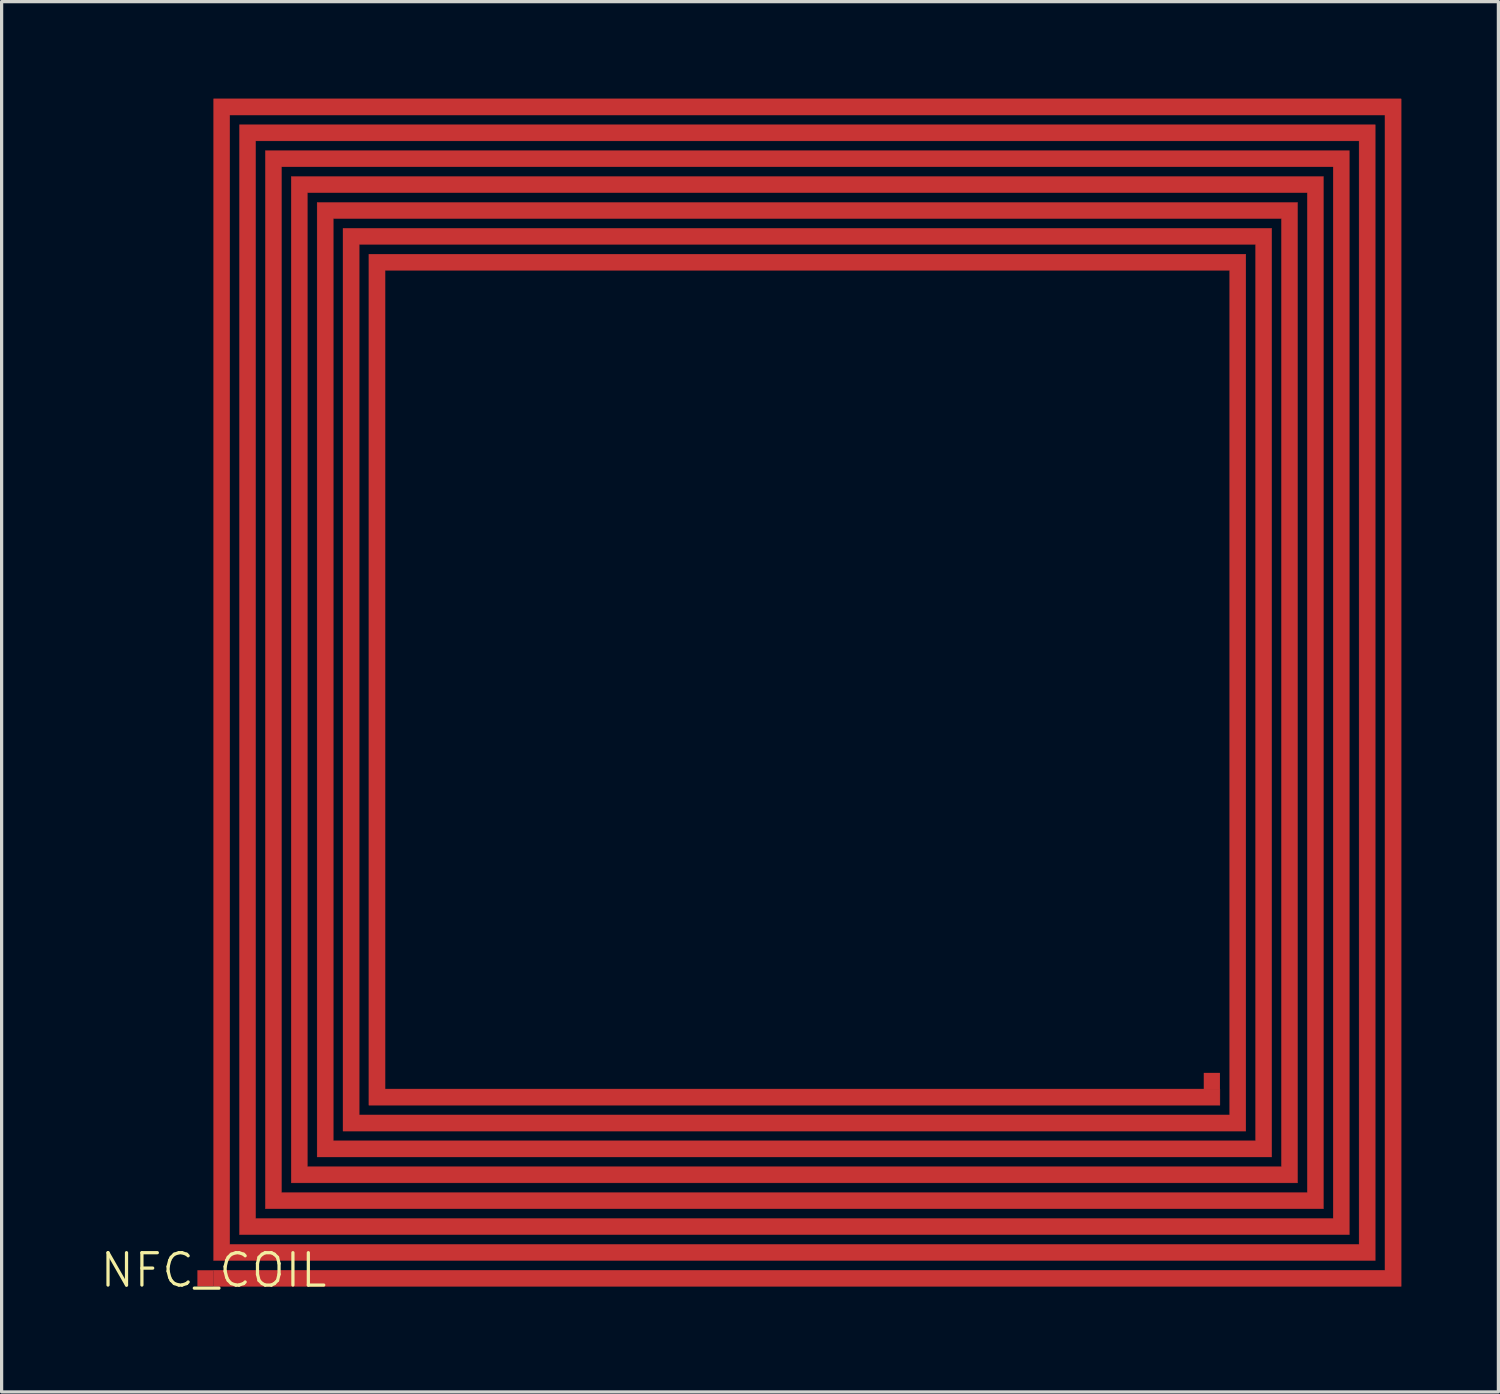
<source format=kicad_pcb>
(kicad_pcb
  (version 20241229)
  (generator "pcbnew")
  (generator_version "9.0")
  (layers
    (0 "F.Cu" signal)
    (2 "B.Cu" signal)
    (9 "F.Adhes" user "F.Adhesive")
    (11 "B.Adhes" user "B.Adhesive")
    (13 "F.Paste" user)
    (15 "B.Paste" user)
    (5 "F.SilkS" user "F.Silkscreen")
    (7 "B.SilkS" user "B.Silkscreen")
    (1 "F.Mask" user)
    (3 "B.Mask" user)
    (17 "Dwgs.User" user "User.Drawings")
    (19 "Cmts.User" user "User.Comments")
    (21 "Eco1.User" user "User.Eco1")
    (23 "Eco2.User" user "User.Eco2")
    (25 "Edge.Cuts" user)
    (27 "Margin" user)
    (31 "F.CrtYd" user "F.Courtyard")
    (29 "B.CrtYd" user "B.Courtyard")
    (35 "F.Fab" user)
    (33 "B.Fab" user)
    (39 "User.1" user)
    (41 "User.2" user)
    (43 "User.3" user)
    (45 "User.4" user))
  (footprint "NFC_COIL"
    (layer "F.Cu")
    (at 3.55 36.705)
    (property "Reference" "NFC_COIL" (at 0 -0.5 0) (unlocked yes) (layer "F.SilkS") (effects (font (size 1 1) (thickness 0.1))))
    (attr smd)
    (fp_poly (pts (xy 0 0) (xy 36.7 0) (xy 36.7 -36.7) (xy 0 -36.7) (xy 0 -0.8) (xy 35.9 -0.8) (xy 35.9 -35.9) (xy 0.8 -35.9) (xy 0.8 -1.6) (xy 35.1 -1.6) (xy 35.1 -35.1) (xy 1.6 -35.1) (xy 1.6 -2.4) (xy 34.3 -2.4) (xy 34.3 -34.3) (xy 2.4 -34.3) (xy 2.4 -3.2) (xy 33.5 -3.2) (xy 33.5 -33.5) (xy 3.2 -33.5) (xy 3.2 -4) (xy 32.7 -4) (xy 32.7 -32.7) (xy 4 -32.7) (xy 4 -4.8) (xy 31.9 -4.8) (xy 31.9 -31.9) (xy 4.8 -31.9) (xy 4.8 -5.6) (xy 31.1 -5.6) (xy 31.1 -6.1) (xy 30.6 -6.1) (xy 5.3 -6.1) (xy 5.3 -31.4) (xy 31.4 -31.4) (xy 31.4 -5.3) (xy 4.5 -5.3) (xy 4.5 -32.2) (xy 32.2 -32.2) (xy 32.2 -4.5) (xy 3.7 -4.5) (xy 3.7 -33) (xy 33 -33) (xy 33 -3.7) (xy 2.9 -3.7) (xy 2.9 -33.8) (xy 33.8 -33.8) (xy 33.8 -2.9) (xy 2.1 -2.9) (xy 2.1 -34.6) (xy 34.6 -34.6) (xy 34.6 -2.1) (xy 1.3 -2.1) (xy 1.3 -35.4) (xy 35.4 -35.4) (xy 35.4 -1.3) (xy 0.5 -1.3) (xy 0.5 -36.2) (xy 36.2 -36.2) (xy 36.2 -0.5) (xy 0 -0.5)) (stroke (width 0.01) (type solid)) (fill yes) (layer "F.Cu"))
    (pad "1" smd rect (at -0.25 -0.25) (size 0.5 0.5) (layers "F.Cu" "F.Mask" "F.Paste"))
    (pad "2" smd rect (at 30.85 -6.35) (size 0.5 0.5) (layers "F.Cu" "F.Mask" "F.Paste")))
  (gr_rect
    (start -3 -3)
    (end 43.255 39.965)
    (stroke (width 0.1) (type default))
    (fill no)
    (layer "Edge.Cuts")))
</source>
